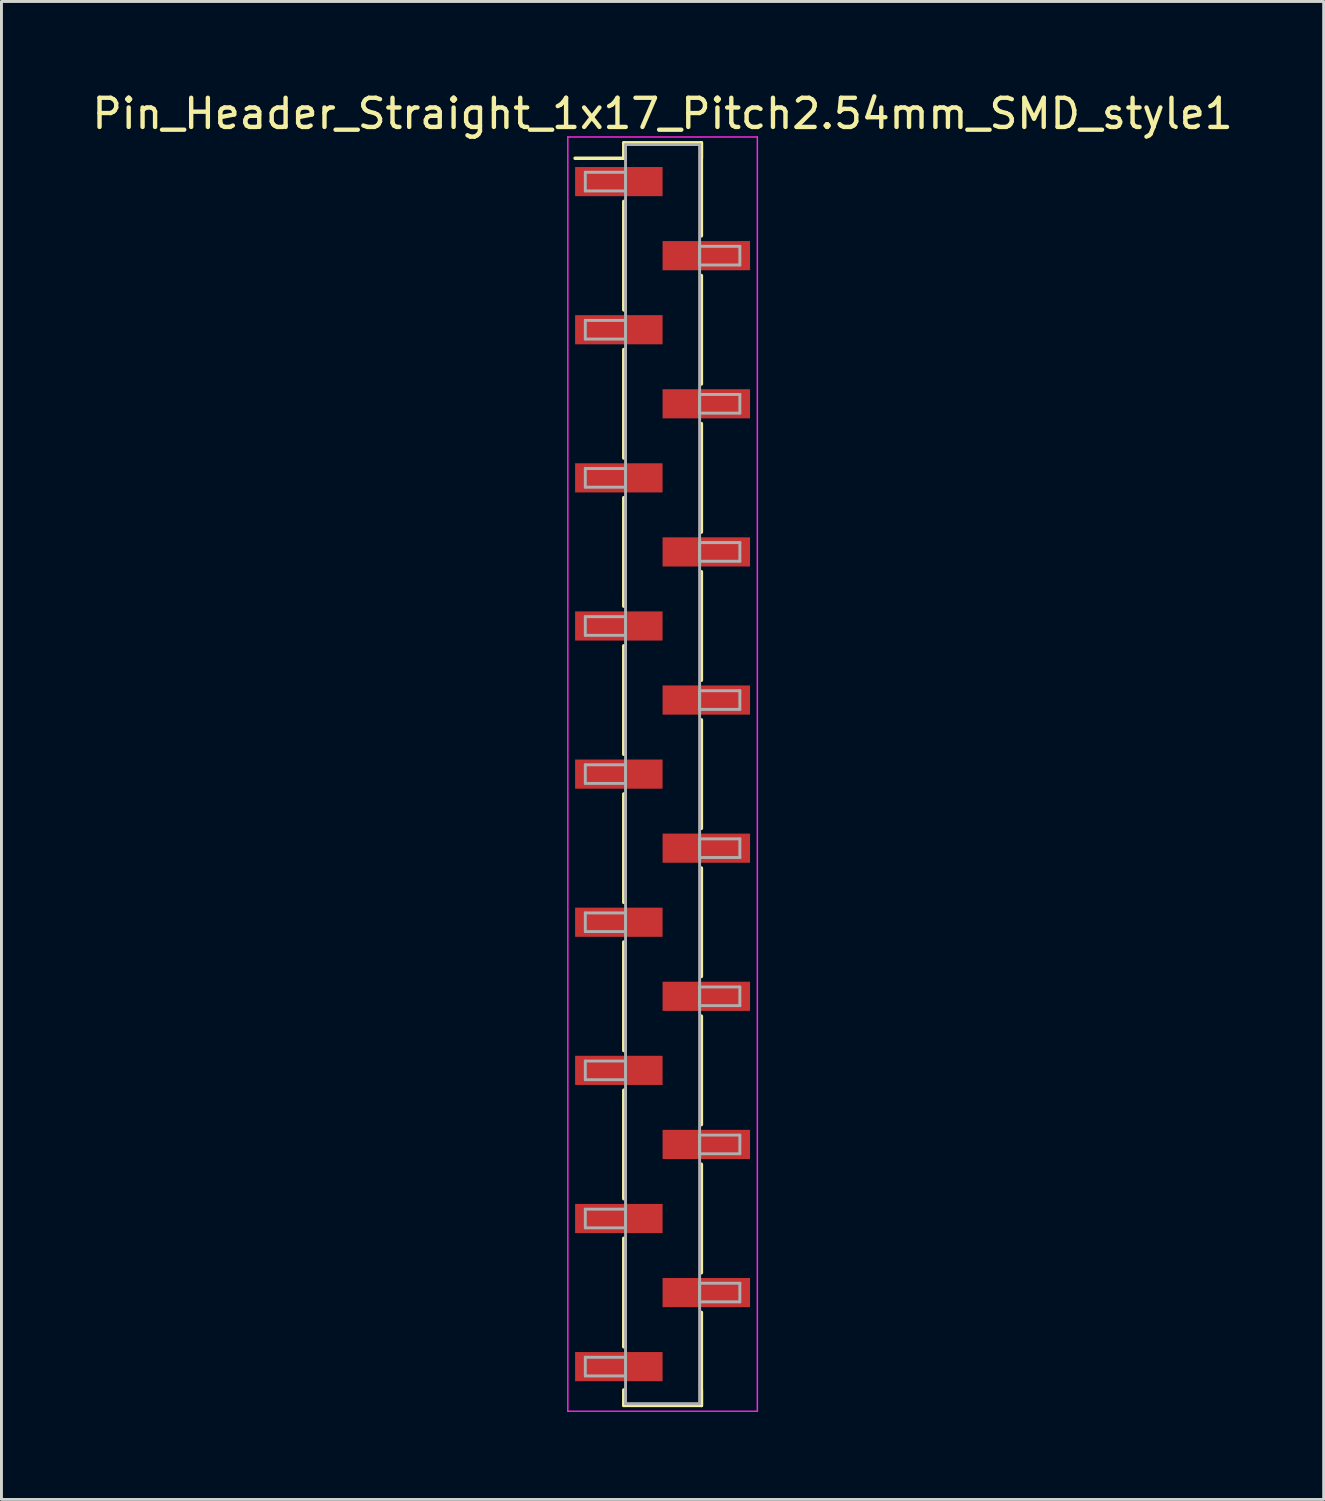
<source format=kicad_pcb>
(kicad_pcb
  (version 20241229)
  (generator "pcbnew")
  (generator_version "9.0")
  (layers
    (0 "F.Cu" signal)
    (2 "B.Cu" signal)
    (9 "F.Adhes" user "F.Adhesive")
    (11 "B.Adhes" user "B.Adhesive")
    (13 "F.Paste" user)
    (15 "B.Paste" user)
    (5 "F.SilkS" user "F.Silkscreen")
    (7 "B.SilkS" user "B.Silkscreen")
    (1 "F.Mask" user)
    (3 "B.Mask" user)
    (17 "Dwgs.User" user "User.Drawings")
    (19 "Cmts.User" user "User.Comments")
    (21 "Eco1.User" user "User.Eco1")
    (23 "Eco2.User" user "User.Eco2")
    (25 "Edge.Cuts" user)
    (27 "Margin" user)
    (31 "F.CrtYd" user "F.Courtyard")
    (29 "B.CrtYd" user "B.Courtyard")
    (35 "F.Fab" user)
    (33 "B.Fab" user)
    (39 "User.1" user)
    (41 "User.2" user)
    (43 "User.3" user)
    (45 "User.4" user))
  (footprint "Pin_Header_Straight_1x17_Pitch2.54mm_SMD_style1"
    (layer "F.Cu")
    (at 19.673 23.498)
    (property "Reference" "Pin_Header_Straight_1x17_Pitch2.54mm_SMD_style1" (at 0 -22.65 0) (layer "F.SilkS") (effects (font (size 1 1) (thickness 0.15))))
    (attr smd)
    (fp_line (start -1.33 -21.65) (end 1.33 -21.65) (stroke (width 0.12) (type solid)) (layer "F.SilkS"))
    (fp_line (start -1.33 -21.12) (end -3 -21.12) (stroke (width 0.12) (type solid)) (layer "F.SilkS"))
    (fp_line (start -1.33 -21.12) (end -1.33 -21.65) (stroke (width 0.12) (type solid)) (layer "F.SilkS"))
    (fp_line (start -1.33 -19.64) (end -1.33 -15.92) (stroke (width 0.12) (type solid)) (layer "F.SilkS"))
    (fp_line (start -1.33 -14.56) (end -1.33 -10.84) (stroke (width 0.12) (type solid)) (layer "F.SilkS"))
    (fp_line (start -1.33 -9.48) (end -1.33 -5.76) (stroke (width 0.12) (type solid)) (layer "F.SilkS"))
    (fp_line (start -1.33 -4.4) (end -1.33 -0.68) (stroke (width 0.12) (type solid)) (layer "F.SilkS"))
    (fp_line (start -1.33 0.68) (end -1.33 4.4) (stroke (width 0.12) (type solid)) (layer "F.SilkS"))
    (fp_line (start -1.33 5.76) (end -1.33 9.48) (stroke (width 0.12) (type solid)) (layer "F.SilkS"))
    (fp_line (start -1.33 10.84) (end -1.33 14.56) (stroke (width 0.12) (type solid)) (layer "F.SilkS"))
    (fp_line (start -1.33 15.92) (end -1.33 19.64) (stroke (width 0.12) (type solid)) (layer "F.SilkS"))
    (fp_line (start -1.33 21.12) (end -1.33 21.65) (stroke (width 0.12) (type solid)) (layer "F.SilkS"))
    (fp_line (start -1.33 21.65) (end 1.33 21.65) (stroke (width 0.12) (type solid)) (layer "F.SilkS"))
    (fp_line (start 1.33 -21.65) (end 1.33 -21.12) (stroke (width 0.12) (type solid)) (layer "F.SilkS"))
    (fp_line (start 1.33 -21.65) (end 1.33 -18.46) (stroke (width 0.12) (type solid)) (layer "F.SilkS"))
    (fp_line (start 1.33 -17.1) (end 1.33 -13.38) (stroke (width 0.12) (type solid)) (layer "F.SilkS"))
    (fp_line (start 1.33 -12.02) (end 1.33 -8.3) (stroke (width 0.12) (type solid)) (layer "F.SilkS"))
    (fp_line (start 1.33 -6.94) (end 1.33 -3.22) (stroke (width 0.12) (type solid)) (layer "F.SilkS"))
    (fp_line (start 1.33 -1.86) (end 1.33 1.86) (stroke (width 0.12) (type solid)) (layer "F.SilkS"))
    (fp_line (start 1.33 3.22) (end 1.33 6.94) (stroke (width 0.12) (type solid)) (layer "F.SilkS"))
    (fp_line (start 1.33 8.3) (end 1.33 12.02) (stroke (width 0.12) (type solid)) (layer "F.SilkS"))
    (fp_line (start 1.33 13.38) (end 1.33 17.1) (stroke (width 0.12) (type solid)) (layer "F.SilkS"))
    (fp_line (start 1.33 18.46) (end 1.33 21.65) (stroke (width 0.12) (type solid)) (layer "F.SilkS"))
    (fp_line (start 1.33 21.65) (end 1.33 21.12) (stroke (width 0.12) (type solid)) (layer "F.SilkS"))
    (fp_line (start -3.25 -21.85) (end -3.25 21.85) (stroke (width 0.05) (type solid)) (layer "F.CrtYd"))
    (fp_line (start -3.25 21.85) (end 3.25 21.85) (stroke (width 0.05) (type solid)) (layer "F.CrtYd"))
    (fp_line (start 3.25 -21.85) (end -3.25 -21.85) (stroke (width 0.05) (type solid)) (layer "F.CrtYd"))
    (fp_line (start 3.25 21.85) (end 3.25 -21.85) (stroke (width 0.05) (type solid)) (layer "F.CrtYd"))
    (fp_line (start -2.65 -20.64) (end -1.27 -20.64) (stroke (width 0.1) (type solid)) (layer "F.Fab"))
    (fp_line (start -2.65 -20) (end -2.65 -20.64) (stroke (width 0.1) (type solid)) (layer "F.Fab"))
    (fp_line (start -2.65 -15.56) (end -1.27 -15.56) (stroke (width 0.1) (type solid)) (layer "F.Fab"))
    (fp_line (start -2.65 -14.92) (end -2.65 -15.56) (stroke (width 0.1) (type solid)) (layer "F.Fab"))
    (fp_line (start -2.65 -10.48) (end -1.27 -10.48) (stroke (width 0.1) (type solid)) (layer "F.Fab"))
    (fp_line (start -2.65 -9.84) (end -2.65 -10.48) (stroke (width 0.1) (type solid)) (layer "F.Fab"))
    (fp_line (start -2.65 -5.4) (end -1.27 -5.4) (stroke (width 0.1) (type solid)) (layer "F.Fab"))
    (fp_line (start -2.65 -4.76) (end -2.65 -5.4) (stroke (width 0.1) (type solid)) (layer "F.Fab"))
    (fp_line (start -2.65 -0.32) (end -1.27 -0.32) (stroke (width 0.1) (type solid)) (layer "F.Fab"))
    (fp_line (start -2.65 0.32) (end -2.65 -0.32) (stroke (width 0.1) (type solid)) (layer "F.Fab"))
    (fp_line (start -2.65 4.76) (end -1.27 4.76) (stroke (width 0.1) (type solid)) (layer "F.Fab"))
    (fp_line (start -2.65 5.4) (end -2.65 4.76) (stroke (width 0.1) (type solid)) (layer "F.Fab"))
    (fp_line (start -2.65 9.84) (end -1.27 9.84) (stroke (width 0.1) (type solid)) (layer "F.Fab"))
    (fp_line (start -2.65 10.48) (end -2.65 9.84) (stroke (width 0.1) (type solid)) (layer "F.Fab"))
    (fp_line (start -2.65 14.92) (end -1.27 14.92) (stroke (width 0.1) (type solid)) (layer "F.Fab"))
    (fp_line (start -2.65 15.56) (end -2.65 14.92) (stroke (width 0.1) (type solid)) (layer "F.Fab"))
    (fp_line (start -2.65 20) (end -1.27 20) (stroke (width 0.1) (type solid)) (layer "F.Fab"))
    (fp_line (start -2.65 20.64) (end -2.65 20) (stroke (width 0.1) (type solid)) (layer "F.Fab"))
    (fp_line (start -1.27 -21.59) (end -1.27 21.59) (stroke (width 0.1) (type solid)) (layer "F.Fab"))
    (fp_line (start -1.27 -20.64) (end -1.27 -20) (stroke (width 0.1) (type solid)) (layer "F.Fab"))
    (fp_line (start -1.27 -20) (end -2.65 -20) (stroke (width 0.1) (type solid)) (layer "F.Fab"))
    (fp_line (start -1.27 -15.56) (end -1.27 -14.92) (stroke (width 0.1) (type solid)) (layer "F.Fab"))
    (fp_line (start -1.27 -14.92) (end -2.65 -14.92) (stroke (width 0.1) (type solid)) (layer "F.Fab"))
    (fp_line (start -1.27 -10.48) (end -1.27 -9.84) (stroke (width 0.1) (type solid)) (layer "F.Fab"))
    (fp_line (start -1.27 -9.84) (end -2.65 -9.84) (stroke (width 0.1) (type solid)) (layer "F.Fab"))
    (fp_line (start -1.27 -5.4) (end -1.27 -4.76) (stroke (width 0.1) (type solid)) (layer "F.Fab"))
    (fp_line (start -1.27 -4.76) (end -2.65 -4.76) (stroke (width 0.1) (type solid)) (layer "F.Fab"))
    (fp_line (start -1.27 -0.32) (end -1.27 0.32) (stroke (width 0.1) (type solid)) (layer "F.Fab"))
    (fp_line (start -1.27 0.32) (end -2.65 0.32) (stroke (width 0.1) (type solid)) (layer "F.Fab"))
    (fp_line (start -1.27 4.76) (end -1.27 5.4) (stroke (width 0.1) (type solid)) (layer "F.Fab"))
    (fp_line (start -1.27 5.4) (end -2.65 5.4) (stroke (width 0.1) (type solid)) (layer "F.Fab"))
    (fp_line (start -1.27 9.84) (end -1.27 10.48) (stroke (width 0.1) (type solid)) (layer "F.Fab"))
    (fp_line (start -1.27 10.48) (end -2.65 10.48) (stroke (width 0.1) (type solid)) (layer "F.Fab"))
    (fp_line (start -1.27 14.92) (end -1.27 15.56) (stroke (width 0.1) (type solid)) (layer "F.Fab"))
    (fp_line (start -1.27 15.56) (end -2.65 15.56) (stroke (width 0.1) (type solid)) (layer "F.Fab"))
    (fp_line (start -1.27 20) (end -1.27 20.64) (stroke (width 0.1) (type solid)) (layer "F.Fab"))
    (fp_line (start -1.27 20.64) (end -2.65 20.64) (stroke (width 0.1) (type solid)) (layer "F.Fab"))
    (fp_line (start -1.27 21.59) (end 1.27 21.59) (stroke (width 0.1) (type solid)) (layer "F.Fab"))
    (fp_line (start 1.27 -21.59) (end -1.27 -21.59) (stroke (width 0.1) (type solid)) (layer "F.Fab"))
    (fp_line (start 1.27 -18.1) (end 1.27 -17.46) (stroke (width 0.1) (type solid)) (layer "F.Fab"))
    (fp_line (start 1.27 -17.46) (end 2.65 -17.46) (stroke (width 0.1) (type solid)) (layer "F.Fab"))
    (fp_line (start 1.27 -13.02) (end 1.27 -12.38) (stroke (width 0.1) (type solid)) (layer "F.Fab"))
    (fp_line (start 1.27 -12.38) (end 2.65 -12.38) (stroke (width 0.1) (type solid)) (layer "F.Fab"))
    (fp_line (start 1.27 -7.94) (end 1.27 -7.3) (stroke (width 0.1) (type solid)) (layer "F.Fab"))
    (fp_line (start 1.27 -7.3) (end 2.65 -7.3) (stroke (width 0.1) (type solid)) (layer "F.Fab"))
    (fp_line (start 1.27 -2.86) (end 1.27 -2.22) (stroke (width 0.1) (type solid)) (layer "F.Fab"))
    (fp_line (start 1.27 -2.22) (end 2.65 -2.22) (stroke (width 0.1) (type solid)) (layer "F.Fab"))
    (fp_line (start 1.27 2.22) (end 1.27 2.86) (stroke (width 0.1) (type solid)) (layer "F.Fab"))
    (fp_line (start 1.27 2.86) (end 2.65 2.86) (stroke (width 0.1) (type solid)) (layer "F.Fab"))
    (fp_line (start 1.27 7.3) (end 1.27 7.94) (stroke (width 0.1) (type solid)) (layer "F.Fab"))
    (fp_line (start 1.27 7.94) (end 2.65 7.94) (stroke (width 0.1) (type solid)) (layer "F.Fab"))
    (fp_line (start 1.27 12.38) (end 1.27 13.02) (stroke (width 0.1) (type solid)) (layer "F.Fab"))
    (fp_line (start 1.27 13.02) (end 2.65 13.02) (stroke (width 0.1) (type solid)) (layer "F.Fab"))
    (fp_line (start 1.27 17.46) (end 1.27 18.1) (stroke (width 0.1) (type solid)) (layer "F.Fab"))
    (fp_line (start 1.27 18.1) (end 2.65 18.1) (stroke (width 0.1) (type solid)) (layer "F.Fab"))
    (fp_line (start 1.27 21.59) (end 1.27 -21.59) (stroke (width 0.1) (type solid)) (layer "F.Fab"))
    (fp_line (start 2.65 -18.1) (end 1.27 -18.1) (stroke (width 0.1) (type solid)) (layer "F.Fab"))
    (fp_line (start 2.65 -17.46) (end 2.65 -18.1) (stroke (width 0.1) (type solid)) (layer "F.Fab"))
    (fp_line (start 2.65 -13.02) (end 1.27 -13.02) (stroke (width 0.1) (type solid)) (layer "F.Fab"))
    (fp_line (start 2.65 -12.38) (end 2.65 -13.02) (stroke (width 0.1) (type solid)) (layer "F.Fab"))
    (fp_line (start 2.65 -7.94) (end 1.27 -7.94) (stroke (width 0.1) (type solid)) (layer "F.Fab"))
    (fp_line (start 2.65 -7.3) (end 2.65 -7.94) (stroke (width 0.1) (type solid)) (layer "F.Fab"))
    (fp_line (start 2.65 -2.86) (end 1.27 -2.86) (stroke (width 0.1) (type solid)) (layer "F.Fab"))
    (fp_line (start 2.65 -2.22) (end 2.65 -2.86) (stroke (width 0.1) (type solid)) (layer "F.Fab"))
    (fp_line (start 2.65 2.22) (end 1.27 2.22) (stroke (width 0.1) (type solid)) (layer "F.Fab"))
    (fp_line (start 2.65 2.86) (end 2.65 2.22) (stroke (width 0.1) (type solid)) (layer "F.Fab"))
    (fp_line (start 2.65 7.3) (end 1.27 7.3) (stroke (width 0.1) (type solid)) (layer "F.Fab"))
    (fp_line (start 2.65 7.94) (end 2.65 7.3) (stroke (width 0.1) (type solid)) (layer "F.Fab"))
    (fp_line (start 2.65 12.38) (end 1.27 12.38) (stroke (width 0.1) (type solid)) (layer "F.Fab"))
    (fp_line (start 2.65 13.02) (end 2.65 12.38) (stroke (width 0.1) (type solid)) (layer "F.Fab"))
    (fp_line (start 2.65 17.46) (end 1.27 17.46) (stroke (width 0.1) (type solid)) (layer "F.Fab"))
    (fp_line (start 2.65 18.1) (end 2.65 17.46) (stroke (width 0.1) (type solid)) (layer "F.Fab"))
    (pad "1" smd rect (at -1.5 -20.32) (size 3 1) (layers "F.Cu" "F.Mask"))
    (pad "2" smd rect (at 1.5 -17.78) (size 3 1) (layers "F.Cu" "F.Mask"))
    (pad "3" smd rect (at -1.5 -15.24) (size 3 1) (layers "F.Cu" "F.Mask"))
    (pad "4" smd rect (at 1.5 -12.7) (size 3 1) (layers "F.Cu" "F.Mask"))
    (pad "5" smd rect (at -1.5 -10.16) (size 3 1) (layers "F.Cu" "F.Mask"))
    (pad "6" smd rect (at 1.5 -7.62) (size 3 1) (layers "F.Cu" "F.Mask"))
    (pad "7" smd rect (at -1.5 -5.08) (size 3 1) (layers "F.Cu" "F.Mask"))
    (pad "8" smd rect (at 1.5 -2.54) (size 3 1) (layers "F.Cu" "F.Mask"))
    (pad "9" smd rect (at -1.5 0) (size 3 1) (layers "F.Cu" "F.Mask"))
    (pad "10" smd rect (at 1.5 2.54) (size 3 1) (layers "F.Cu" "F.Mask"))
    (pad "11" smd rect (at -1.5 5.08) (size 3 1) (layers "F.Cu" "F.Mask"))
    (pad "12" smd rect (at 1.5 7.62) (size 3 1) (layers "F.Cu" "F.Mask"))
    (pad "13" smd rect (at -1.5 10.16) (size 3 1) (layers "F.Cu" "F.Mask"))
    (pad "14" smd rect (at 1.5 12.7) (size 3 1) (layers "F.Cu" "F.Mask"))
    (pad "15" smd rect (at -1.5 15.24) (size 3 1) (layers "F.Cu" "F.Mask"))
    (pad "16" smd rect (at 1.5 17.78) (size 3 1) (layers "F.Cu" "F.Mask"))
    (pad "17" smd rect (at -1.5 20.32) (size 3 1) (layers "F.Cu" "F.Mask")))
  (gr_rect
    (start -3 -3)
    (end 42.345 48.373)
    (stroke (width 0.1) (type default))
    (fill no)
    (layer "Edge.Cuts")))
</source>
